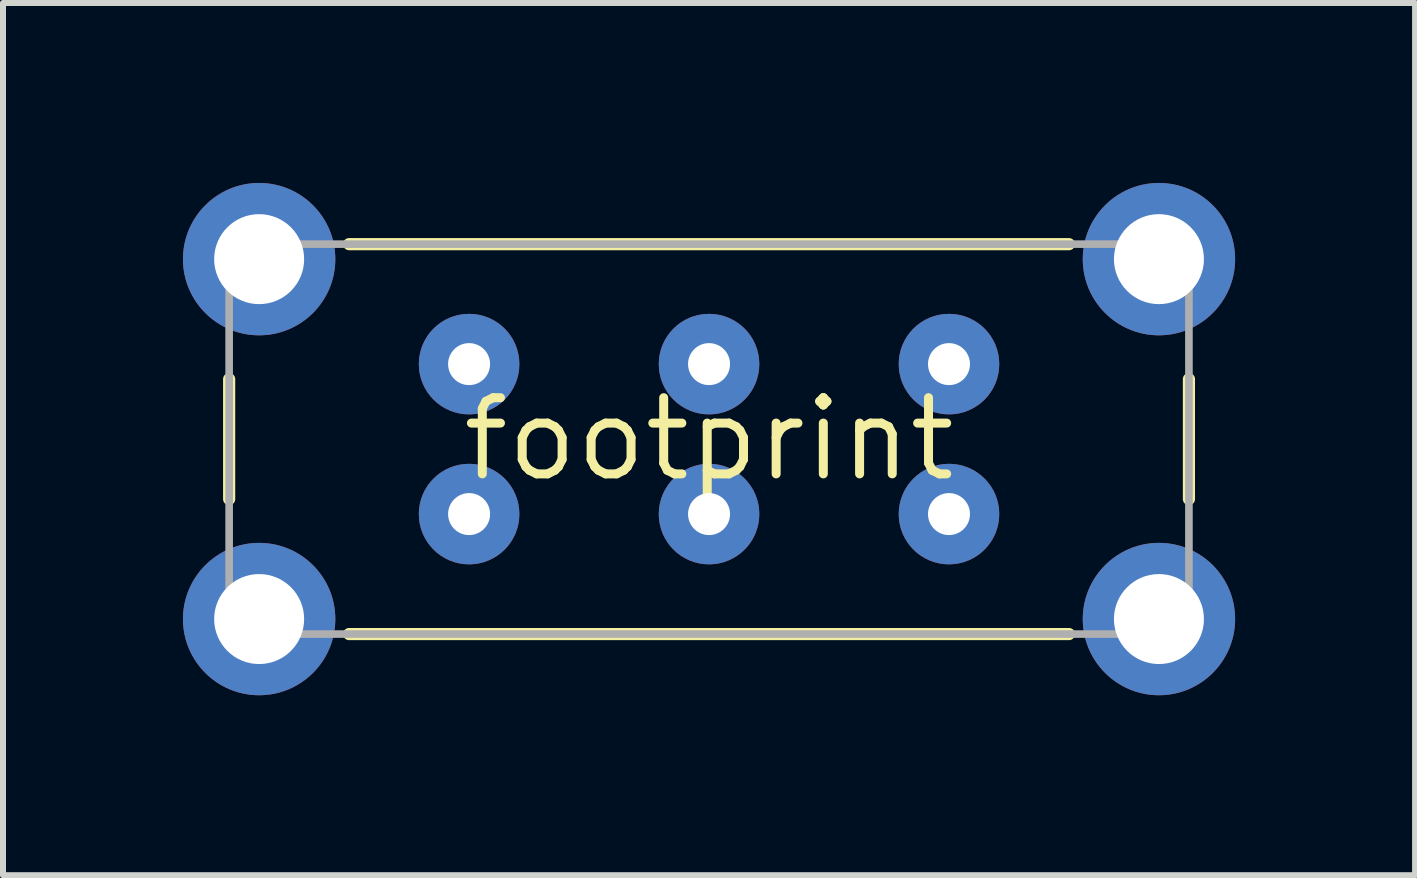
<source format=kicad_pcb>
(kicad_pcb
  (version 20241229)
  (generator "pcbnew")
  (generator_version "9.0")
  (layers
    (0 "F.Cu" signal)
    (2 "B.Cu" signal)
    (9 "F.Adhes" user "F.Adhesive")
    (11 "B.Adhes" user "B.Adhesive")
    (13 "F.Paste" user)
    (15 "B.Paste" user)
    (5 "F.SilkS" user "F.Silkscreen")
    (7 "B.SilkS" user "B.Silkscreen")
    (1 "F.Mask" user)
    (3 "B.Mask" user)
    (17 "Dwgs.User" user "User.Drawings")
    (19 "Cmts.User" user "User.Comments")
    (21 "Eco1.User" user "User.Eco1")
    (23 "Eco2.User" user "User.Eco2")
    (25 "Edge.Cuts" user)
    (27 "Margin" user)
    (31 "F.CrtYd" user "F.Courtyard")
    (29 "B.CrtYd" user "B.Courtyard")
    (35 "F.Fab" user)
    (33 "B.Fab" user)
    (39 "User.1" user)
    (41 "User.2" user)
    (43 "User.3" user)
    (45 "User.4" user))
  (footprint "footprint"
    (layer "F.Cu")
    (at 8.77 4.27)
    (property "Reference" "footprint" (at 0 0 0) (layer "F.SilkS") (effects (font (size 1.27 1.27) (thickness 0.15))))
    (fp_line (start -8 1) (end -8 -1) (stroke (width 0.203) (type solid)) (layer "F.SilkS"))
    (fp_line (start -6 -3.25) (end 6 -3.25) (stroke (width 0.203) (type solid)) (layer "F.SilkS"))
    (fp_line (start 6 3.25) (end -6 3.25) (stroke (width 0.203) (type solid)) (layer "F.SilkS"))
    (fp_line (start 8 -1) (end 8 1) (stroke (width 0.203) (type solid)) (layer "F.SilkS"))
    (fp_line (start -8 -3.25) (end -8 3.25) (stroke (width 0.127) (type solid)) (layer "F.Fab"))
    (fp_line (start -8 3.25) (end 8 3.25) (stroke (width 0.127) (type solid)) (layer "F.Fab"))
    (fp_line (start 8 -3.25) (end -8 -3.25) (stroke (width 0.127) (type solid)) (layer "F.Fab"))
    (fp_line (start 8 3.25) (end 8 -3.25) (stroke (width 0.127) (type solid)) (layer "F.Fab"))
    (pad "1" thru_hole circle (at -4 -1.25) (size 1.676 1.676) (drill 0.7) (layers "*.Cu" "*.Mask"))
    (pad "2" thru_hole circle (at 0 -1.25) (size 1.676 1.676) (drill 0.7) (layers "*.Cu" "*.Mask"))
    (pad "3" thru_hole circle (at 4 -1.25) (size 1.676 1.676) (drill 0.7) (layers "*.Cu" "*.Mask"))
    (pad "4" thru_hole circle (at -4 1.25) (size 1.676 1.676) (drill 0.7) (layers "*.Cu" "*.Mask"))
    (pad "5" thru_hole circle (at 0 1.25) (size 1.676 1.676) (drill 0.7) (layers "*.Cu" "*.Mask"))
    (pad "6" thru_hole circle (at 4 1.25) (size 1.676 1.676) (drill 0.7) (layers "*.Cu" "*.Mask"))
    (pad "P$1" thru_hole circle (at -7.5 -3) (size 2.54 2.54) (drill 1.5) (layers "*.Cu" "*.Mask"))
    (pad "P$2" thru_hole circle (at -7.5 3) (size 2.54 2.54) (drill 1.5) (layers "*.Cu" "*.Mask"))
    (pad "P$3" thru_hole circle (at 7.5 -3) (size 2.54 2.54) (drill 1.5) (layers "*.Cu" "*.Mask"))
    (pad "P$4" thru_hole circle (at 7.5 3) (size 2.54 2.54) (drill 1.5) (layers "*.Cu" "*.Mask")))
  (gr_rect
    (start -3 -3)
    (end 20.54 11.54)
    (stroke (width 0.1) (type default))
    (fill no)
    (layer "Edge.Cuts")))
</source>
